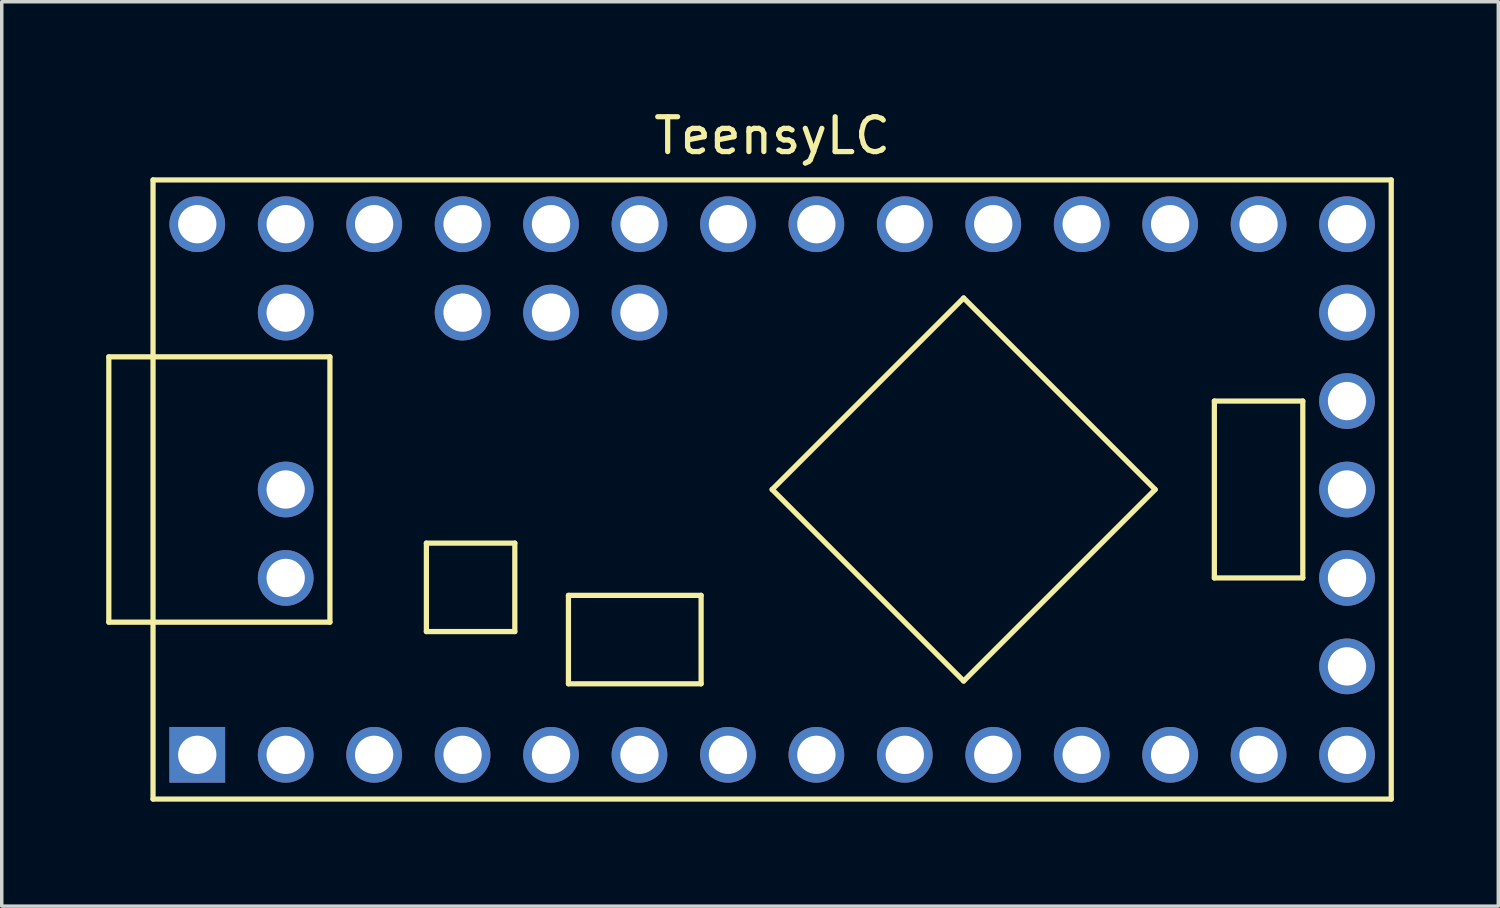
<source format=kicad_pcb>
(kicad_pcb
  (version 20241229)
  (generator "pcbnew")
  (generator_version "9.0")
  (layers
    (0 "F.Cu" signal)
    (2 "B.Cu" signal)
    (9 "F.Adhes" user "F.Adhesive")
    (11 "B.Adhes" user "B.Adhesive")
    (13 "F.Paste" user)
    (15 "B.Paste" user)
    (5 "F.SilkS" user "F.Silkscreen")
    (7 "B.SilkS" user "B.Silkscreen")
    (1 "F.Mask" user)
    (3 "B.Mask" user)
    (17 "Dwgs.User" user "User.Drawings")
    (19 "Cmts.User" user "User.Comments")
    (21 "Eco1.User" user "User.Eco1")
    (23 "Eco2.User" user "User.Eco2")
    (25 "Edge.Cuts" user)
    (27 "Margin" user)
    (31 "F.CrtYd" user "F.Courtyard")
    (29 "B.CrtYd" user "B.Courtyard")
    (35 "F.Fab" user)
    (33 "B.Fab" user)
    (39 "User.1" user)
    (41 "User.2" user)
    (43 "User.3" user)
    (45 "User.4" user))
  (footprint "TeensyLC"
    (layer "F.Cu")
    (at 19.125 11.008)
    (property "Reference" "TeensyLC" (at 0 -10.16 0) (layer "F.SilkS") (effects (font (size 1 1) (thickness 0.15))))
    (attr through_hole)
    (fp_line (start -19.05 -3.81) (end -17.78 -3.81) (stroke (width 0.15) (type solid)) (layer "F.SilkS"))
    (fp_line (start -19.05 3.81) (end -19.05 -3.81) (stroke (width 0.15) (type solid)) (layer "F.SilkS"))
    (fp_line (start -17.78 -8.89) (end 17.78 -8.89) (stroke (width 0.15) (type solid)) (layer "F.SilkS"))
    (fp_line (start -17.78 3.81) (end -19.05 3.81) (stroke (width 0.15) (type solid)) (layer "F.SilkS"))
    (fp_line (start -17.78 8.89) (end -17.78 -8.89) (stroke (width 0.15) (type solid)) (layer "F.SilkS"))
    (fp_line (start -12.7 -3.81) (end -17.78 -3.81) (stroke (width 0.15) (type solid)) (layer "F.SilkS"))
    (fp_line (start -12.7 3.81) (end -17.78 3.81) (stroke (width 0.15) (type solid)) (layer "F.SilkS"))
    (fp_line (start -12.7 3.81) (end -12.7 -3.81) (stroke (width 0.15) (type solid)) (layer "F.SilkS"))
    (fp_line (start -9.93 1.54) (end -9.93 4.08) (stroke (width 0.15) (type solid)) (layer "F.SilkS"))
    (fp_line (start -9.93 4.08) (end -7.39 4.08) (stroke (width 0.15) (type solid)) (layer "F.SilkS"))
    (fp_line (start -7.39 1.54) (end -9.93 1.54) (stroke (width 0.15) (type solid)) (layer "F.SilkS"))
    (fp_line (start -7.39 4.08) (end -7.39 1.54) (stroke (width 0.15) (type solid)) (layer "F.SilkS"))
    (fp_line (start -5.85 3.04) (end -5.85 5.58) (stroke (width 0.15) (type solid)) (layer "F.SilkS"))
    (fp_line (start -5.85 5.58) (end -2.04 5.58) (stroke (width 0.15) (type solid)) (layer "F.SilkS"))
    (fp_line (start -2.04 3.04) (end -5.85 3.04) (stroke (width 0.15) (type solid)) (layer "F.SilkS"))
    (fp_line (start -2.04 5.58) (end -2.04 3.04) (stroke (width 0.15) (type solid)) (layer "F.SilkS"))
    (fp_line (start 5.5 -5.5) (end 0 0) (stroke (width 0.15) (type solid)) (layer "F.SilkS"))
    (fp_line (start 5.5 5.5) (end 0 0) (stroke (width 0.15) (type solid)) (layer "F.SilkS"))
    (fp_line (start 5.5 5.5) (end 11 0) (stroke (width 0.15) (type solid)) (layer "F.SilkS"))
    (fp_line (start 11 0) (end 5.5 -5.5) (stroke (width 0.15) (type solid)) (layer "F.SilkS"))
    (fp_line (start 12.7 -2.54) (end 15.24 -2.54) (stroke (width 0.15) (type solid)) (layer "F.SilkS"))
    (fp_line (start 12.7 2.54) (end 12.7 -2.54) (stroke (width 0.15) (type solid)) (layer "F.SilkS"))
    (fp_line (start 15.24 -2.54) (end 15.24 2.54) (stroke (width 0.15) (type solid)) (layer "F.SilkS"))
    (fp_line (start 15.24 2.54) (end 12.7 2.54) (stroke (width 0.15) (type solid)) (layer "F.SilkS"))
    (fp_line (start 17.78 -8.89) (end 17.78 8.89) (stroke (width 0.15) (type solid)) (layer "F.SilkS"))
    (fp_line (start 17.78 8.89) (end -17.78 8.89) (stroke (width 0.15) (type solid)) (layer "F.SilkS"))
    (pad "1" thru_hole rect (at -16.51 7.62) (size 1.6 1.6) (drill 1.1) (layers "*.Cu" "*.Mask"))
    (pad "2" thru_hole circle (at -13.97 7.62) (size 1.6 1.6) (drill 1.1) (layers "*.Cu" "*.Mask"))
    (pad "3" thru_hole circle (at -11.43 7.62) (size 1.6 1.6) (drill 1.1) (layers "*.Cu" "*.Mask"))
    (pad "4" thru_hole circle (at -8.89 7.62) (size 1.6 1.6) (drill 1.1) (layers "*.Cu" "*.Mask"))
    (pad "5" thru_hole circle (at -6.35 7.62) (size 1.6 1.6) (drill 1.1) (layers "*.Cu" "*.Mask"))
    (pad "6" thru_hole circle (at -3.81 7.62) (size 1.6 1.6) (drill 1.1) (layers "*.Cu" "*.Mask"))
    (pad "7" thru_hole circle (at -1.27 7.62) (size 1.6 1.6) (drill 1.1) (layers "*.Cu" "*.Mask"))
    (pad "8" thru_hole circle (at 1.27 7.62) (size 1.6 1.6) (drill 1.1) (layers "*.Cu" "*.Mask"))
    (pad "9" thru_hole circle (at 3.81 7.62) (size 1.6 1.6) (drill 1.1) (layers "*.Cu" "*.Mask"))
    (pad "10" thru_hole circle (at 6.35 7.62) (size 1.6 1.6) (drill 1.1) (layers "*.Cu" "*.Mask"))
    (pad "11" thru_hole circle (at 8.89 7.62) (size 1.6 1.6) (drill 1.1) (layers "*.Cu" "*.Mask"))
    (pad "12" thru_hole circle (at 11.43 7.62) (size 1.6 1.6) (drill 1.1) (layers "*.Cu" "*.Mask"))
    (pad "13" thru_hole circle (at 13.97 7.62) (size 1.6 1.6) (drill 1.1) (layers "*.Cu" "*.Mask"))
    (pad "14" thru_hole circle (at 16.51 7.62) (size 1.6 1.6) (drill 1.1) (layers "*.Cu" "*.Mask"))
    (pad "15" thru_hole circle (at 16.51 5.08) (size 1.6 1.6) (drill 1.1) (layers "*.Cu" "*.Mask"))
    (pad "16" thru_hole circle (at 16.51 2.54) (size 1.6 1.6) (drill 1.1) (layers "*.Cu" "*.Mask"))
    (pad "17" thru_hole circle (at 16.51 0) (size 1.6 1.6) (drill 1.1) (layers "*.Cu" "*.Mask"))
    (pad "18" thru_hole circle (at 16.51 -2.54) (size 1.6 1.6) (drill 1.1) (layers "*.Cu" "*.Mask"))
    (pad "19" thru_hole circle (at 16.51 -5.08) (size 1.6 1.6) (drill 1.1) (layers "*.Cu" "*.Mask"))
    (pad "20" thru_hole circle (at 16.51 -7.62) (size 1.6 1.6) (drill 1.1) (layers "*.Cu" "*.Mask"))
    (pad "21" thru_hole circle (at 13.97 -7.62) (size 1.6 1.6) (drill 1.1) (layers "*.Cu" "*.Mask"))
    (pad "22" thru_hole circle (at 11.43 -7.62) (size 1.6 1.6) (drill 1.1) (layers "*.Cu" "*.Mask"))
    (pad "23" thru_hole circle (at 8.89 -7.62) (size 1.6 1.6) (drill 1.1) (layers "*.Cu" "*.Mask"))
    (pad "24" thru_hole circle (at 6.35 -7.62) (size 1.6 1.6) (drill 1.1) (layers "*.Cu" "*.Mask"))
    (pad "25" thru_hole circle (at 3.81 -7.62) (size 1.6 1.6) (drill 1.1) (layers "*.Cu" "*.Mask"))
    (pad "26" thru_hole circle (at 1.27 -7.62) (size 1.6 1.6) (drill 1.1) (layers "*.Cu" "*.Mask"))
    (pad "27" thru_hole circle (at -1.27 -7.62) (size 1.6 1.6) (drill 1.1) (layers "*.Cu" "*.Mask"))
    (pad "28" thru_hole circle (at -3.81 -7.62) (size 1.6 1.6) (drill 1.1) (layers "*.Cu" "*.Mask"))
    (pad "29" thru_hole circle (at -6.35 -7.62) (size 1.6 1.6) (drill 1.1) (layers "*.Cu" "*.Mask"))
    (pad "30" thru_hole circle (at -8.89 -7.62) (size 1.6 1.6) (drill 1.1) (layers "*.Cu" "*.Mask"))
    (pad "31" thru_hole circle (at -11.43 -7.62) (size 1.6 1.6) (drill 1.1) (layers "*.Cu" "*.Mask"))
    (pad "32" thru_hole circle (at -13.97 -7.62) (size 1.6 1.6) (drill 1.1) (layers "*.Cu" "*.Mask"))
    (pad "33" thru_hole circle (at -16.51 -7.62) (size 1.6 1.6) (drill 1.1) (layers "*.Cu" "*.Mask"))
    (pad "34" thru_hole circle (at -13.97 -5.08) (size 1.6 1.6) (drill 1.1) (layers "*.Cu" "*.Mask"))
    (pad "35" thru_hole circle (at -8.89 -5.08) (size 1.6 1.6) (drill 1.1) (layers "*.Cu" "*.Mask"))
    (pad "36" thru_hole circle (at -6.35 -5.08) (size 1.6 1.6) (drill 1.1) (layers "*.Cu" "*.Mask"))
    (pad "37" thru_hole circle (at -3.81 -5.08) (size 1.6 1.6) (drill 1.1) (layers "*.Cu" "*.Mask"))
    (pad "38" thru_hole circle (at -13.97 2.54) (size 1.6 1.6) (drill 1.1) (layers "*.Cu" "*.Mask"))
    (pad "39" thru_hole circle (at -13.97 0) (size 1.6 1.6) (drill 1.1) (layers "*.Cu" "*.Mask")))
  (gr_rect
    (start -3 -3)
    (end 39.98 22.973)
    (stroke (width 0.1) (type default))
    (fill no)
    (layer "Edge.Cuts")))
</source>
